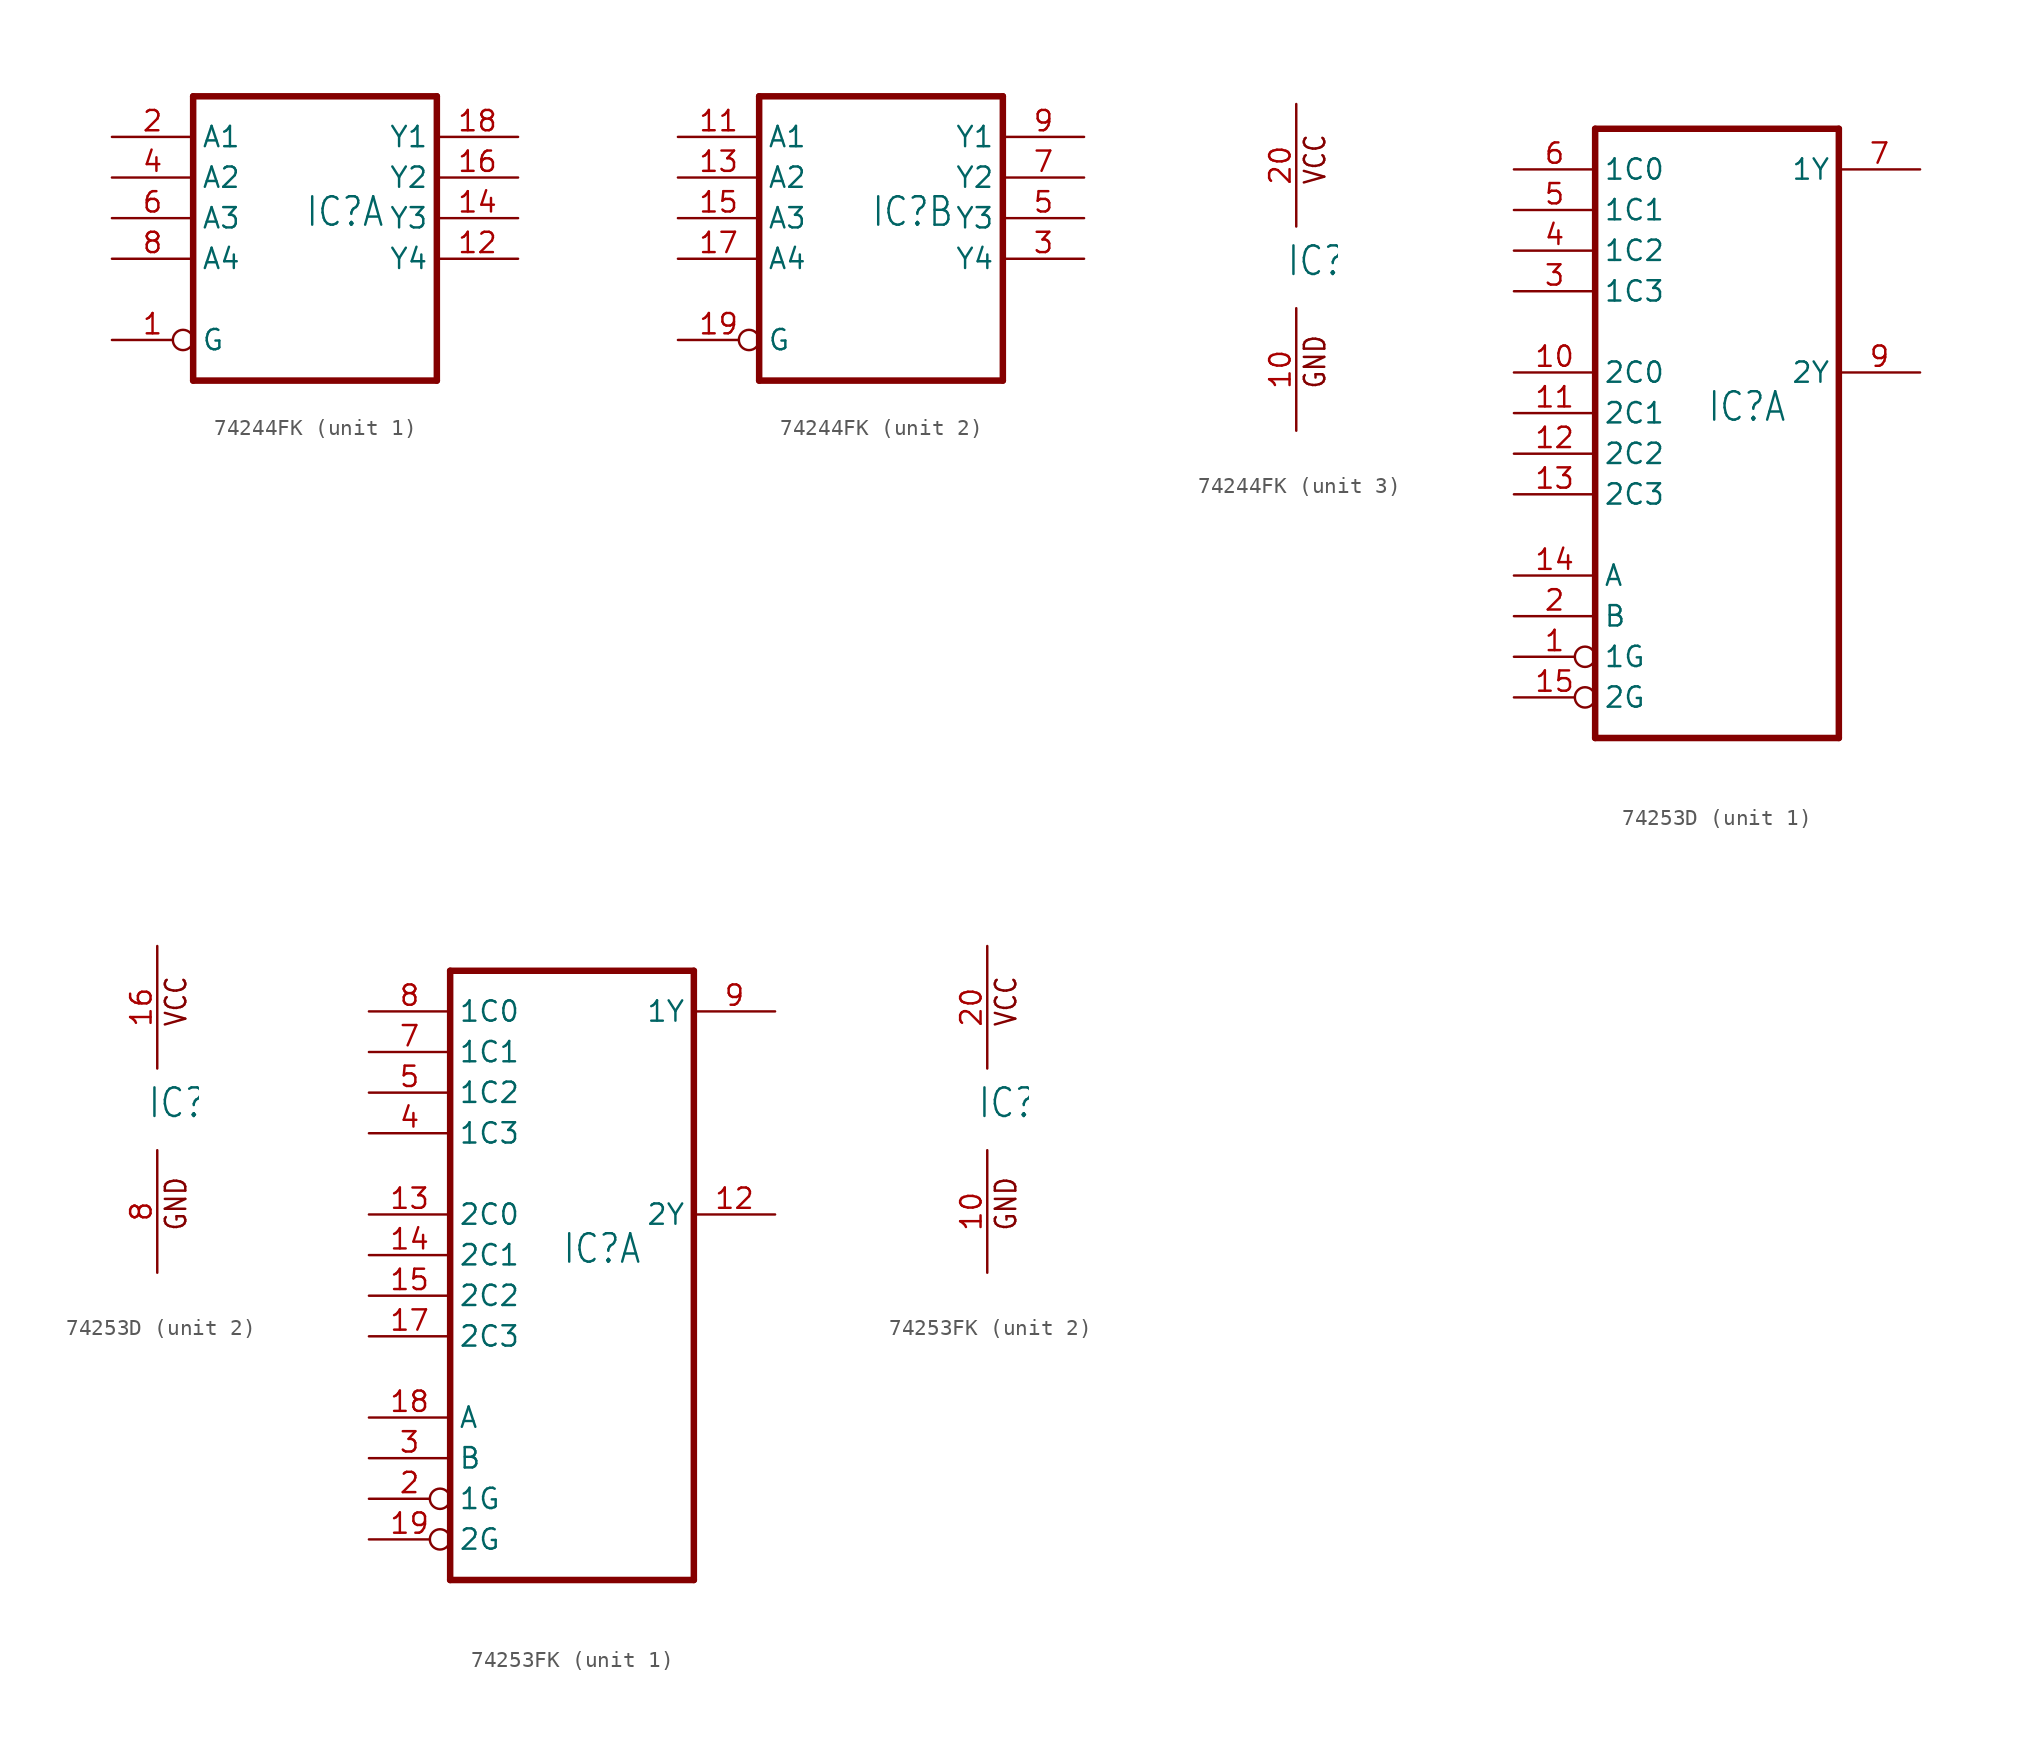
<source format=kicad_sym>
(kicad_symbol_lib
  (version 20220914)
  (generator kicad_symbol_editor)
  (symbol "74244FK"
    (property "Reference" "IC"
      (at -0.635 -0.635 0)
      (effects (font (size 1.778 1.511)) (justify left bottom)))
    (property "ki_locked" ""
      (at 0 0 0)
      (effects (font (size 1.27 1.27))))
    (symbol "74244FK_1_0"
      (polyline (pts (xy -7.62 -10.16) (xy 7.62 -10.16)) (stroke (width 0.406) (type solid)) (fill (type none)))
      (polyline (pts (xy -7.62 7.62) (xy -7.62 -10.16)) (stroke (width 0.406) (type solid)) (fill (type none)))
      (polyline (pts (xy 7.62 -10.16) (xy 7.62 7.62)) (stroke (width 0.406) (type solid)) (fill (type none)))
      (polyline (pts (xy 7.62 7.62) (xy -7.62 7.62)) (stroke (width 0.406) (type solid)) (fill (type none)))
      (pin input inverted (at -12.7 -7.62 0) (length 5.08) (name "G" (effects (font (size 1.27 1.27)))) (number "1" (effects (font (size 1.27 1.27)))))
      (pin tri_state line (at 12.7 -2.54 180) (length 5.08) (name "Y4" (effects (font (size 1.27 1.27)))) (number "12" (effects (font (size 1.27 1.27)))))
      (pin tri_state line (at 12.7 0 180) (length 5.08) (name "Y3" (effects (font (size 1.27 1.27)))) (number "14" (effects (font (size 1.27 1.27)))))
      (pin tri_state line (at 12.7 2.54 180) (length 5.08) (name "Y2" (effects (font (size 1.27 1.27)))) (number "16" (effects (font (size 1.27 1.27)))))
      (pin tri_state line (at 12.7 5.08 180) (length 5.08) (name "Y1" (effects (font (size 1.27 1.27)))) (number "18" (effects (font (size 1.27 1.27)))))
      (pin input line (at -12.7 5.08 0) (length 5.08) (name "A1" (effects (font (size 1.27 1.27)))) (number "2" (effects (font (size 1.27 1.27)))))
      (pin input line (at -12.7 2.54 0) (length 5.08) (name "A2" (effects (font (size 1.27 1.27)))) (number "4" (effects (font (size 1.27 1.27)))))
      (pin input line (at -12.7 0 0) (length 5.08) (name "A3" (effects (font (size 1.27 1.27)))) (number "6" (effects (font (size 1.27 1.27)))))
      (pin input line (at -12.7 -2.54 0) (length 5.08) (name "A4" (effects (font (size 1.27 1.27)))) (number "8" (effects (font (size 1.27 1.27))))))
    (symbol "74244FK_2_0"
      (polyline (pts (xy -7.62 -10.16) (xy 7.62 -10.16)) (stroke (width 0.406) (type solid)) (fill (type none)))
      (polyline (pts (xy -7.62 7.62) (xy -7.62 -10.16)) (stroke (width 0.406) (type solid)) (fill (type none)))
      (polyline (pts (xy 7.62 -10.16) (xy 7.62 7.62)) (stroke (width 0.406) (type solid)) (fill (type none)))
      (polyline (pts (xy 7.62 7.62) (xy -7.62 7.62)) (stroke (width 0.406) (type solid)) (fill (type none)))
      (pin input line (at -12.7 5.08 0) (length 5.08) (name "A1" (effects (font (size 1.27 1.27)))) (number "11" (effects (font (size 1.27 1.27)))))
      (pin input line (at -12.7 2.54 0) (length 5.08) (name "A2" (effects (font (size 1.27 1.27)))) (number "13" (effects (font (size 1.27 1.27)))))
      (pin input line (at -12.7 0 0) (length 5.08) (name "A3" (effects (font (size 1.27 1.27)))) (number "15" (effects (font (size 1.27 1.27)))))
      (pin input line (at -12.7 -2.54 0) (length 5.08) (name "A4" (effects (font (size 1.27 1.27)))) (number "17" (effects (font (size 1.27 1.27)))))
      (pin input inverted (at -12.7 -7.62 0) (length 5.08) (name "G" (effects (font (size 1.27 1.27)))) (number "19" (effects (font (size 1.27 1.27)))))
      (pin tri_state line (at 12.7 -2.54 180) (length 5.08) (name "Y4" (effects (font (size 1.27 1.27)))) (number "3" (effects (font (size 1.27 1.27)))))
      (pin tri_state line (at 12.7 0 180) (length 5.08) (name "Y3" (effects (font (size 1.27 1.27)))) (number "5" (effects (font (size 1.27 1.27)))))
      (pin tri_state line (at 12.7 2.54 180) (length 5.08) (name "Y2" (effects (font (size 1.27 1.27)))) (number "7" (effects (font (size 1.27 1.27)))))
      (pin tri_state line (at 12.7 5.08 180) (length 5.08) (name "Y1" (effects (font (size 1.27 1.27)))) (number "9" (effects (font (size 1.27 1.27))))))
    (symbol "74244FK_3_0"
      (text "GND" (at 1.905 -7.62 900) (effects (font (size 1.27 1.079)) (justify left bottom)))
      (text "VCC" (at 1.905 5.08 900) (effects (font (size 1.27 1.079)) (justify left bottom)))
      (pin power_in line (at 0 -10.16 90) (length 7.62) (name "GND" (effects (font (size 0 0)))) (number "10" (effects (font (size 1.27 1.27)))))
      (pin power_in line (at 0 10.16 270) (length 7.62) (name "VCC" (effects (font (size 0 0)))) (number "20" (effects (font (size 1.27 1.27)))))))
  (symbol "74253D"
    (property "Reference" "IC"
      (at -0.635 -0.635 0)
      (effects (font (size 1.778 1.511)) (justify left bottom)))
    (property "ki_locked" ""
      (at 0 0 0)
      (effects (font (size 1.27 1.27))))
    (symbol "74253D_1_0"
      (polyline (pts (xy -7.62 -20.32) (xy 7.62 -20.32)) (stroke (width 0.406) (type solid)) (fill (type none)))
      (polyline (pts (xy -7.62 17.78) (xy -7.62 -20.32)) (stroke (width 0.406) (type solid)) (fill (type none)))
      (polyline (pts (xy 7.62 -20.32) (xy 7.62 17.78)) (stroke (width 0.406) (type solid)) (fill (type none)))
      (polyline (pts (xy 7.62 17.78) (xy -7.62 17.78)) (stroke (width 0.406) (type solid)) (fill (type none)))
      (pin input inverted (at -12.7 -15.24 0) (length 5.08) (name "1G" (effects (font (size 1.27 1.27)))) (number "1" (effects (font (size 1.27 1.27)))))
      (pin input line (at -12.7 2.54 0) (length 5.08) (name "2C0" (effects (font (size 1.27 1.27)))) (number "10" (effects (font (size 1.27 1.27)))))
      (pin input line (at -12.7 0 0) (length 5.08) (name "2C1" (effects (font (size 1.27 1.27)))) (number "11" (effects (font (size 1.27 1.27)))))
      (pin input line (at -12.7 -2.54 0) (length 5.08) (name "2C2" (effects (font (size 1.27 1.27)))) (number "12" (effects (font (size 1.27 1.27)))))
      (pin input line (at -12.7 -5.08 0) (length 5.08) (name "2C3" (effects (font (size 1.27 1.27)))) (number "13" (effects (font (size 1.27 1.27)))))
      (pin input line (at -12.7 -10.16 0) (length 5.08) (name "A" (effects (font (size 1.27 1.27)))) (number "14" (effects (font (size 1.27 1.27)))))
      (pin input inverted (at -12.7 -17.78 0) (length 5.08) (name "2G" (effects (font (size 1.27 1.27)))) (number "15" (effects (font (size 1.27 1.27)))))
      (pin input line (at -12.7 -12.7 0) (length 5.08) (name "B" (effects (font (size 1.27 1.27)))) (number "2" (effects (font (size 1.27 1.27)))))
      (pin input line (at -12.7 7.62 0) (length 5.08) (name "1C3" (effects (font (size 1.27 1.27)))) (number "3" (effects (font (size 1.27 1.27)))))
      (pin input line (at -12.7 10.16 0) (length 5.08) (name "1C2" (effects (font (size 1.27 1.27)))) (number "4" (effects (font (size 1.27 1.27)))))
      (pin input line (at -12.7 12.7 0) (length 5.08) (name "1C1" (effects (font (size 1.27 1.27)))) (number "5" (effects (font (size 1.27 1.27)))))
      (pin input line (at -12.7 15.24 0) (length 5.08) (name "1C0" (effects (font (size 1.27 1.27)))) (number "6" (effects (font (size 1.27 1.27)))))
      (pin tri_state line (at 12.7 15.24 180) (length 5.08) (name "1Y" (effects (font (size 1.27 1.27)))) (number "7" (effects (font (size 1.27 1.27)))))
      (pin tri_state line (at 12.7 2.54 180) (length 5.08) (name "2Y" (effects (font (size 1.27 1.27)))) (number "9" (effects (font (size 1.27 1.27))))))
    (symbol "74253D_2_0"
      (text "GND" (at 1.905 -7.62 900) (effects (font (size 1.27 1.079)) (justify left bottom)))
      (text "VCC" (at 1.905 5.08 900) (effects (font (size 1.27 1.079)) (justify left bottom)))
      (pin power_in line (at 0 10.16 270) (length 7.62) (name "VCC" (effects (font (size 0 0)))) (number "16" (effects (font (size 1.27 1.27)))))
      (pin power_in line (at 0 -10.16 90) (length 7.62) (name "GND" (effects (font (size 0 0)))) (number "8" (effects (font (size 1.27 1.27)))))))
  (symbol "74253FK"
    (property "Reference" "IC"
      (at -0.635 -0.635 0)
      (effects (font (size 1.778 1.511)) (justify left bottom)))
    (property "ki_locked" ""
      (at 0 0 0)
      (effects (font (size 1.27 1.27))))
    (symbol "74253FK_1_0"
      (polyline (pts (xy -7.62 -20.32) (xy 7.62 -20.32)) (stroke (width 0.406) (type solid)) (fill (type none)))
      (polyline (pts (xy -7.62 17.78) (xy -7.62 -20.32)) (stroke (width 0.406) (type solid)) (fill (type none)))
      (polyline (pts (xy 7.62 -20.32) (xy 7.62 17.78)) (stroke (width 0.406) (type solid)) (fill (type none)))
      (polyline (pts (xy 7.62 17.78) (xy -7.62 17.78)) (stroke (width 0.406) (type solid)) (fill (type none)))
      (pin tri_state line (at 12.7 2.54 180) (length 5.08) (name "2Y" (effects (font (size 1.27 1.27)))) (number "12" (effects (font (size 1.27 1.27)))))
      (pin input line (at -12.7 2.54 0) (length 5.08) (name "2C0" (effects (font (size 1.27 1.27)))) (number "13" (effects (font (size 1.27 1.27)))))
      (pin input line (at -12.7 0 0) (length 5.08) (name "2C1" (effects (font (size 1.27 1.27)))) (number "14" (effects (font (size 1.27 1.27)))))
      (pin input line (at -12.7 -2.54 0) (length 5.08) (name "2C2" (effects (font (size 1.27 1.27)))) (number "15" (effects (font (size 1.27 1.27)))))
      (pin input line (at -12.7 -5.08 0) (length 5.08) (name "2C3" (effects (font (size 1.27 1.27)))) (number "17" (effects (font (size 1.27 1.27)))))
      (pin input line (at -12.7 -10.16 0) (length 5.08) (name "A" (effects (font (size 1.27 1.27)))) (number "18" (effects (font (size 1.27 1.27)))))
      (pin input inverted (at -12.7 -17.78 0) (length 5.08) (name "2G" (effects (font (size 1.27 1.27)))) (number "19" (effects (font (size 1.27 1.27)))))
      (pin input inverted (at -12.7 -15.24 0) (length 5.08) (name "1G" (effects (font (size 1.27 1.27)))) (number "2" (effects (font (size 1.27 1.27)))))
      (pin input line (at -12.7 -12.7 0) (length 5.08) (name "B" (effects (font (size 1.27 1.27)))) (number "3" (effects (font (size 1.27 1.27)))))
      (pin input line (at -12.7 7.62 0) (length 5.08) (name "1C3" (effects (font (size 1.27 1.27)))) (number "4" (effects (font (size 1.27 1.27)))))
      (pin input line (at -12.7 10.16 0) (length 5.08) (name "1C2" (effects (font (size 1.27 1.27)))) (number "5" (effects (font (size 1.27 1.27)))))
      (pin input line (at -12.7 12.7 0) (length 5.08) (name "1C1" (effects (font (size 1.27 1.27)))) (number "7" (effects (font (size 1.27 1.27)))))
      (pin input line (at -12.7 15.24 0) (length 5.08) (name "1C0" (effects (font (size 1.27 1.27)))) (number "8" (effects (font (size 1.27 1.27)))))
      (pin tri_state line (at 12.7 15.24 180) (length 5.08) (name "1Y" (effects (font (size 1.27 1.27)))) (number "9" (effects (font (size 1.27 1.27))))))
    (symbol "74253FK_2_0"
      (text "GND" (at 1.905 -7.62 900) (effects (font (size 1.27 1.079)) (justify left bottom)))
      (text "VCC" (at 1.905 5.08 900) (effects (font (size 1.27 1.079)) (justify left bottom)))
      (pin power_in line (at 0 -10.16 90) (length 7.62) (name "GND" (effects (font (size 0 0)))) (number "10" (effects (font (size 1.27 1.27)))))
      (pin power_in line (at 0 10.16 270) (length 7.62) (name "VCC" (effects (font (size 0 0)))) (number "20" (effects (font (size 1.27 1.27))))))))
</source>
